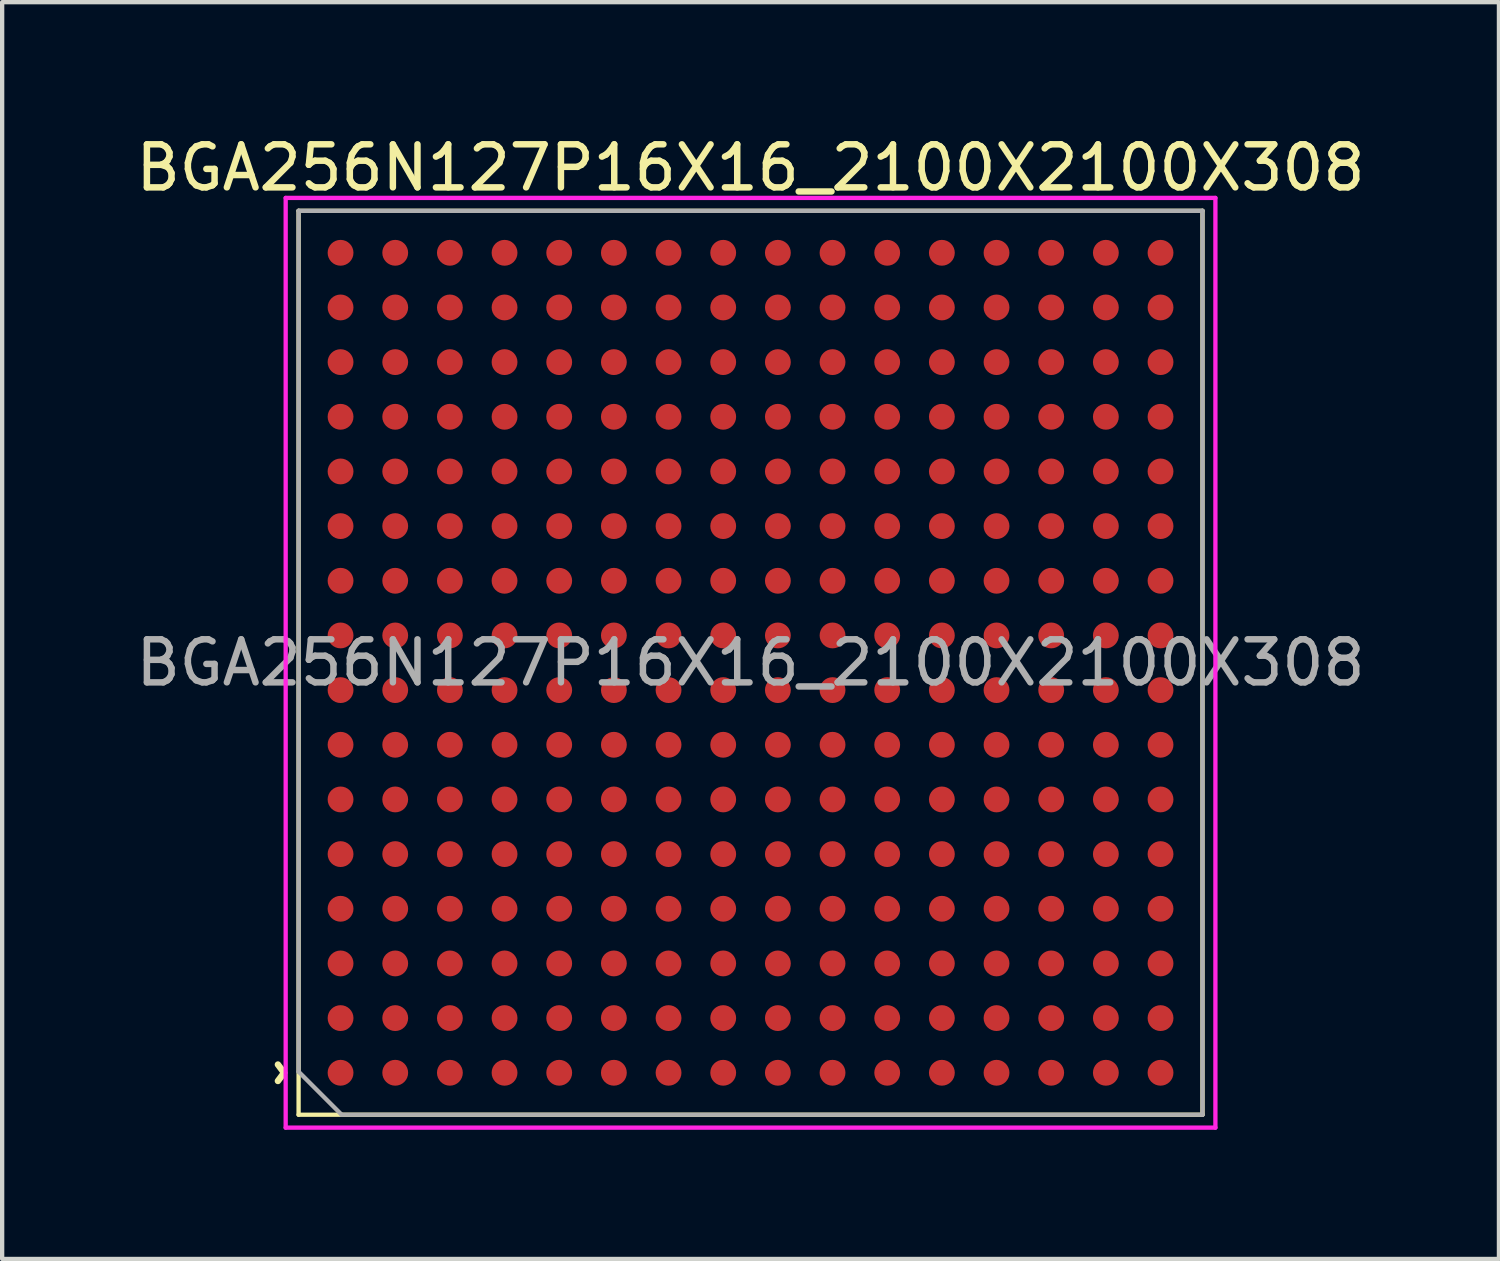
<source format=kicad_pcb>
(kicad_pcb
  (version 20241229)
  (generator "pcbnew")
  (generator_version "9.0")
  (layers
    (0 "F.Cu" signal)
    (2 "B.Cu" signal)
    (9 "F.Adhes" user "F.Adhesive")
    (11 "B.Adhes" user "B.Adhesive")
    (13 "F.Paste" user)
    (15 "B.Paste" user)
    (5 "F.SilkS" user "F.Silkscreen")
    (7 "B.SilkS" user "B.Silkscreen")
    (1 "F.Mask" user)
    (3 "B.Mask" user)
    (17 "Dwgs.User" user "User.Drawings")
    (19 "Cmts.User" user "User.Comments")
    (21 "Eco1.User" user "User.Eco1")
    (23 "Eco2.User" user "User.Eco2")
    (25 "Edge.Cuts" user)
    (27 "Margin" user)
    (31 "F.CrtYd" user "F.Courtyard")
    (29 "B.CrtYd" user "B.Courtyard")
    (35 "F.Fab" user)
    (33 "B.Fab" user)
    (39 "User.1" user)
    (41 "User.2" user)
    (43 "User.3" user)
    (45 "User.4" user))
  (footprint "BGA256N127P16X16_2100X2100X308"
    (layer "F.Cu")
    (at 14.387 12.348)
    (property "Reference" "BGA256N127P16X16_2100X2100X308" (at 0 -11.5 0) (layer "F.SilkS") (effects (font (size 1 1) (thickness 0.15))))
    (attr smd)
    (fp_line (start -10.5 -10.5) (end -10.5 10.5) (stroke (width 0.1) (type solid)) (layer "F.SilkS"))
    (fp_line (start -10.5 10.5) (end 10.5 10.5) (stroke (width 0.1) (type solid)) (layer "F.SilkS"))
    (fp_line (start 10.5 -10.5) (end -10.5 -10.5) (stroke (width 0.1) (type solid)) (layer "F.SilkS"))
    (fp_line (start 10.5 10.5) (end 10.5 -10.5) (stroke (width 0.1) (type solid)) (layer "F.SilkS"))
    (fp_line (start -10.8 -10.8) (end 10.8 -10.8) (stroke (width 0.1) (type solid)) (layer "F.CrtYd"))
    (fp_line (start -10.8 10.8) (end -10.8 -10.8) (stroke (width 0.1) (type solid)) (layer "F.CrtYd"))
    (fp_line (start 10.8 -10.8) (end 10.8 10.8) (stroke (width 0.1) (type solid)) (layer "F.CrtYd"))
    (fp_line (start 10.8 10.8) (end -10.8 10.8) (stroke (width 0.1) (type solid)) (layer "F.CrtYd"))
    (fp_line (start -10.5 -10.5) (end -10.5 9.5) (stroke (width 0.1) (type solid)) (layer "F.Fab"))
    (fp_line (start -10.5 9.5) (end -9.5 10.5) (stroke (width 0.1) (type solid)) (layer "F.Fab"))
    (fp_line (start -9.5 10.5) (end 10.5 10.5) (stroke (width 0.1) (type solid)) (layer "F.Fab"))
    (fp_line (start 10.5 -10.5) (end -10.5 -10.5) (stroke (width 0.1) (type solid)) (layer "F.Fab"))
    (fp_line (start 10.5 10.5) (end 10.5 -10.5) (stroke (width 0.1) (type solid)) (layer "F.Fab"))
    (fp_text user "^" (at -11.43 9.525 270) (unlocked yes) (layer "F.SilkS") (effects (font (size 1 1) (thickness 0.15))))
    (fp_text user "${REFERENCE}" (at 0 0 0) (unlocked yes) (layer "F.Fab") (effects (font (size 1 1) (thickness 0.15))))
    (pad "A1" smd circle (at -9.525 9.525) (size 0.6 0.6) (layers "F.Cu" "F.Mask" "F.Paste"))
    (pad "A2" smd circle (at -9.525 8.255) (size 0.6 0.6) (layers "F.Cu" "F.Mask" "F.Paste"))
    (pad "A3" smd circle (at -9.525 6.985) (size 0.6 0.6) (layers "F.Cu" "F.Mask" "F.Paste"))
    (pad "A4" smd circle (at -9.525 5.715) (size 0.6 0.6) (layers "F.Cu" "F.Mask" "F.Paste"))
    (pad "A5" smd circle (at -9.525 4.445) (size 0.6 0.6) (layers "F.Cu" "F.Mask" "F.Paste"))
    (pad "A6" smd circle (at -9.525 3.175) (size 0.6 0.6) (layers "F.Cu" "F.Mask" "F.Paste"))
    (pad "A7" smd circle (at -9.525 1.905) (size 0.6 0.6) (layers "F.Cu" "F.Mask" "F.Paste"))
    (pad "A8" smd circle (at -9.525 0.635) (size 0.6 0.6) (layers "F.Cu" "F.Mask" "F.Paste"))
    (pad "A9" smd circle (at -9.525 -0.635) (size 0.6 0.6) (layers "F.Cu" "F.Mask" "F.Paste"))
    (pad "A10" smd circle (at -9.525 -1.905) (size 0.6 0.6) (layers "F.Cu" "F.Mask" "F.Paste"))
    (pad "A11" smd circle (at -9.525 -3.175) (size 0.6 0.6) (layers "F.Cu" "F.Mask" "F.Paste"))
    (pad "A12" smd circle (at -9.525 -4.445) (size 0.6 0.6) (layers "F.Cu" "F.Mask" "F.Paste"))
    (pad "A13" smd circle (at -9.525 -5.715) (size 0.6 0.6) (layers "F.Cu" "F.Mask" "F.Paste"))
    (pad "A14" smd circle (at -9.525 -6.985) (size 0.6 0.6) (layers "F.Cu" "F.Mask" "F.Paste"))
    (pad "A15" smd circle (at -9.525 -8.255) (size 0.6 0.6) (layers "F.Cu" "F.Mask" "F.Paste"))
    (pad "A16" smd circle (at -9.525 -9.525) (size 0.6 0.6) (layers "F.Cu" "F.Mask" "F.Paste"))
    (pad "B1" smd circle (at -8.255 9.525) (size 0.6 0.6) (layers "F.Cu" "F.Mask" "F.Paste"))
    (pad "B2" smd circle (at -8.255 8.255) (size 0.6 0.6) (layers "F.Cu" "F.Mask" "F.Paste"))
    (pad "B3" smd circle (at -8.255 6.985) (size 0.6 0.6) (layers "F.Cu" "F.Mask" "F.Paste"))
    (pad "B4" smd circle (at -8.255 5.715) (size 0.6 0.6) (layers "F.Cu" "F.Mask" "F.Paste"))
    (pad "B5" smd circle (at -8.255 4.445) (size 0.6 0.6) (layers "F.Cu" "F.Mask" "F.Paste"))
    (pad "B6" smd circle (at -8.255 3.175) (size 0.6 0.6) (layers "F.Cu" "F.Mask" "F.Paste"))
    (pad "B7" smd circle (at -8.255 1.905) (size 0.6 0.6) (layers "F.Cu" "F.Mask" "F.Paste"))
    (pad "B8" smd circle (at -8.255 0.635) (size 0.6 0.6) (layers "F.Cu" "F.Mask" "F.Paste"))
    (pad "B9" smd circle (at -8.255 -0.635) (size 0.6 0.6) (layers "F.Cu" "F.Mask" "F.Paste"))
    (pad "B10" smd circle (at -8.255 -1.905) (size 0.6 0.6) (layers "F.Cu" "F.Mask" "F.Paste"))
    (pad "B11" smd circle (at -8.255 -3.175) (size 0.6 0.6) (layers "F.Cu" "F.Mask" "F.Paste"))
    (pad "B12" smd circle (at -8.255 -4.445) (size 0.6 0.6) (layers "F.Cu" "F.Mask" "F.Paste"))
    (pad "B13" smd circle (at -8.255 -5.715) (size 0.6 0.6) (layers "F.Cu" "F.Mask" "F.Paste"))
    (pad "B14" smd circle (at -8.255 -6.985) (size 0.6 0.6) (layers "F.Cu" "F.Mask" "F.Paste"))
    (pad "B15" smd circle (at -8.255 -8.255) (size 0.6 0.6) (layers "F.Cu" "F.Mask" "F.Paste"))
    (pad "B16" smd circle (at -8.255 -9.525) (size 0.6 0.6) (layers "F.Cu" "F.Mask" "F.Paste"))
    (pad "C1" smd circle (at -6.985 9.525) (size 0.6 0.6) (layers "F.Cu" "F.Mask" "F.Paste"))
    (pad "C2" smd circle (at -6.985 8.255) (size 0.6 0.6) (layers "F.Cu" "F.Mask" "F.Paste"))
    (pad "C3" smd circle (at -6.985 6.985) (size 0.6 0.6) (layers "F.Cu" "F.Mask" "F.Paste"))
    (pad "C4" smd circle (at -6.985 5.715) (size 0.6 0.6) (layers "F.Cu" "F.Mask" "F.Paste"))
    (pad "C5" smd circle (at -6.985 4.445) (size 0.6 0.6) (layers "F.Cu" "F.Mask" "F.Paste"))
    (pad "C6" smd circle (at -6.985 3.175) (size 0.6 0.6) (layers "F.Cu" "F.Mask" "F.Paste"))
    (pad "C7" smd circle (at -6.985 1.905) (size 0.6 0.6) (layers "F.Cu" "F.Mask" "F.Paste"))
    (pad "C8" smd circle (at -6.985 0.635) (size 0.6 0.6) (layers "F.Cu" "F.Mask" "F.Paste"))
    (pad "C9" smd circle (at -6.985 -0.635) (size 0.6 0.6) (layers "F.Cu" "F.Mask" "F.Paste"))
    (pad "C10" smd circle (at -6.985 -1.905) (size 0.6 0.6) (layers "F.Cu" "F.Mask" "F.Paste"))
    (pad "C11" smd circle (at -6.985 -3.175) (size 0.6 0.6) (layers "F.Cu" "F.Mask" "F.Paste"))
    (pad "C12" smd circle (at -6.985 -4.445) (size 0.6 0.6) (layers "F.Cu" "F.Mask" "F.Paste"))
    (pad "C13" smd circle (at -6.985 -5.715) (size 0.6 0.6) (layers "F.Cu" "F.Mask" "F.Paste"))
    (pad "C14" smd circle (at -6.985 -6.985) (size 0.6 0.6) (layers "F.Cu" "F.Mask" "F.Paste"))
    (pad "C15" smd circle (at -6.985 -8.255) (size 0.6 0.6) (layers "F.Cu" "F.Mask" "F.Paste"))
    (pad "C16" smd circle (at -6.985 -9.525) (size 0.6 0.6) (layers "F.Cu" "F.Mask" "F.Paste"))
    (pad "D1" smd circle (at -5.715 9.525) (size 0.6 0.6) (layers "F.Cu" "F.Mask" "F.Paste"))
    (pad "D2" smd circle (at -5.715 8.255) (size 0.6 0.6) (layers "F.Cu" "F.Mask" "F.Paste"))
    (pad "D3" smd circle (at -5.715 6.985) (size 0.6 0.6) (layers "F.Cu" "F.Mask" "F.Paste"))
    (pad "D4" smd circle (at -5.715 5.715) (size 0.6 0.6) (layers "F.Cu" "F.Mask" "F.Paste"))
    (pad "D5" smd circle (at -5.715 4.445) (size 0.6 0.6) (layers "F.Cu" "F.Mask" "F.Paste"))
    (pad "D6" smd circle (at -5.715 3.175) (size 0.6 0.6) (layers "F.Cu" "F.Mask" "F.Paste"))
    (pad "D7" smd circle (at -5.715 1.905) (size 0.6 0.6) (layers "F.Cu" "F.Mask" "F.Paste"))
    (pad "D8" smd circle (at -5.715 0.635) (size 0.6 0.6) (layers "F.Cu" "F.Mask" "F.Paste"))
    (pad "D9" smd circle (at -5.715 -0.635) (size 0.6 0.6) (layers "F.Cu" "F.Mask" "F.Paste"))
    (pad "D10" smd circle (at -5.715 -1.905) (size 0.6 0.6) (layers "F.Cu" "F.Mask" "F.Paste"))
    (pad "D11" smd circle (at -5.715 -3.175) (size 0.6 0.6) (layers "F.Cu" "F.Mask" "F.Paste"))
    (pad "D12" smd circle (at -5.715 -4.445) (size 0.6 0.6) (layers "F.Cu" "F.Mask" "F.Paste"))
    (pad "D13" smd circle (at -5.715 -5.715) (size 0.6 0.6) (layers "F.Cu" "F.Mask" "F.Paste"))
    (pad "D14" smd circle (at -5.715 -6.985) (size 0.6 0.6) (layers "F.Cu" "F.Mask" "F.Paste"))
    (pad "D15" smd circle (at -5.715 -8.255) (size 0.6 0.6) (layers "F.Cu" "F.Mask" "F.Paste"))
    (pad "D16" smd circle (at -5.715 -9.525) (size 0.6 0.6) (layers "F.Cu" "F.Mask" "F.Paste"))
    (pad "E1" smd circle (at -4.445 9.525) (size 0.6 0.6) (layers "F.Cu" "F.Mask" "F.Paste"))
    (pad "E2" smd circle (at -4.445 8.255) (size 0.6 0.6) (layers "F.Cu" "F.Mask" "F.Paste"))
    (pad "E3" smd circle (at -4.445 6.985) (size 0.6 0.6) (layers "F.Cu" "F.Mask" "F.Paste"))
    (pad "E4" smd circle (at -4.445 5.715) (size 0.6 0.6) (layers "F.Cu" "F.Mask" "F.Paste"))
    (pad "E5" smd circle (at -4.445 4.445) (size 0.6 0.6) (layers "F.Cu" "F.Mask" "F.Paste"))
    (pad "E6" smd circle (at -4.445 3.175) (size 0.6 0.6) (layers "F.Cu" "F.Mask" "F.Paste"))
    (pad "E7" smd circle (at -4.445 1.905) (size 0.6 0.6) (layers "F.Cu" "F.Mask" "F.Paste"))
    (pad "E8" smd circle (at -4.445 0.635) (size 0.6 0.6) (layers "F.Cu" "F.Mask" "F.Paste"))
    (pad "E9" smd circle (at -4.445 -0.635) (size 0.6 0.6) (layers "F.Cu" "F.Mask" "F.Paste"))
    (pad "E10" smd circle (at -4.445 -1.905) (size 0.6 0.6) (layers "F.Cu" "F.Mask" "F.Paste"))
    (pad "E11" smd circle (at -4.445 -3.175) (size 0.6 0.6) (layers "F.Cu" "F.Mask" "F.Paste"))
    (pad "E12" smd circle (at -4.445 -4.445) (size 0.6 0.6) (layers "F.Cu" "F.Mask" "F.Paste"))
    (pad "E13" smd circle (at -4.445 -5.715) (size 0.6 0.6) (layers "F.Cu" "F.Mask" "F.Paste"))
    (pad "E14" smd circle (at -4.445 -6.985) (size 0.6 0.6) (layers "F.Cu" "F.Mask" "F.Paste"))
    (pad "E15" smd circle (at -4.445 -8.255) (size 0.6 0.6) (layers "F.Cu" "F.Mask" "F.Paste"))
    (pad "E16" smd circle (at -4.445 -9.525) (size 0.6 0.6) (layers "F.Cu" "F.Mask" "F.Paste"))
    (pad "F1" smd circle (at -3.175 9.525) (size 0.6 0.6) (layers "F.Cu" "F.Mask" "F.Paste"))
    (pad "F2" smd circle (at -3.175 8.255) (size 0.6 0.6) (layers "F.Cu" "F.Mask" "F.Paste"))
    (pad "F3" smd circle (at -3.175 6.985) (size 0.6 0.6) (layers "F.Cu" "F.Mask" "F.Paste"))
    (pad "F4" smd circle (at -3.175 5.715) (size 0.6 0.6) (layers "F.Cu" "F.Mask" "F.Paste"))
    (pad "F5" smd circle (at -3.175 4.445) (size 0.6 0.6) (layers "F.Cu" "F.Mask" "F.Paste"))
    (pad "F6" smd circle (at -3.175 3.175) (size 0.6 0.6) (layers "F.Cu" "F.Mask" "F.Paste"))
    (pad "F7" smd circle (at -3.175 1.905) (size 0.6 0.6) (layers "F.Cu" "F.Mask" "F.Paste"))
    (pad "F8" smd circle (at -3.175 0.635) (size 0.6 0.6) (layers "F.Cu" "F.Mask" "F.Paste"))
    (pad "F9" smd circle (at -3.175 -0.635) (size 0.6 0.6) (layers "F.Cu" "F.Mask" "F.Paste"))
    (pad "F10" smd circle (at -3.175 -1.905) (size 0.6 0.6) (layers "F.Cu" "F.Mask" "F.Paste"))
    (pad "F11" smd circle (at -3.175 -3.175) (size 0.6 0.6) (layers "F.Cu" "F.Mask" "F.Paste"))
    (pad "F12" smd circle (at -3.175 -4.445) (size 0.6 0.6) (layers "F.Cu" "F.Mask" "F.Paste"))
    (pad "F13" smd circle (at -3.175 -5.715) (size 0.6 0.6) (layers "F.Cu" "F.Mask" "F.Paste"))
    (pad "F14" smd circle (at -3.175 -6.985) (size 0.6 0.6) (layers "F.Cu" "F.Mask" "F.Paste"))
    (pad "F15" smd circle (at -3.175 -8.255) (size 0.6 0.6) (layers "F.Cu" "F.Mask" "F.Paste"))
    (pad "F16" smd circle (at -3.175 -9.525) (size 0.6 0.6) (layers "F.Cu" "F.Mask" "F.Paste"))
    (pad "G1" smd circle (at -1.905 9.525) (size 0.6 0.6) (layers "F.Cu" "F.Mask" "F.Paste"))
    (pad "G2" smd circle (at -1.905 8.255) (size 0.6 0.6) (layers "F.Cu" "F.Mask" "F.Paste"))
    (pad "G3" smd circle (at -1.905 6.985) (size 0.6 0.6) (layers "F.Cu" "F.Mask" "F.Paste"))
    (pad "G4" smd circle (at -1.905 5.715) (size 0.6 0.6) (layers "F.Cu" "F.Mask" "F.Paste"))
    (pad "G5" smd circle (at -1.905 4.445) (size 0.6 0.6) (layers "F.Cu" "F.Mask" "F.Paste"))
    (pad "G6" smd circle (at -1.905 3.175) (size 0.6 0.6) (layers "F.Cu" "F.Mask" "F.Paste"))
    (pad "G7" smd circle (at -1.905 1.905) (size 0.6 0.6) (layers "F.Cu" "F.Mask" "F.Paste"))
    (pad "G8" smd circle (at -1.905 0.635) (size 0.6 0.6) (layers "F.Cu" "F.Mask" "F.Paste"))
    (pad "G9" smd circle (at -1.905 -0.635) (size 0.6 0.6) (layers "F.Cu" "F.Mask" "F.Paste"))
    (pad "G10" smd circle (at -1.905 -1.905) (size 0.6 0.6) (layers "F.Cu" "F.Mask" "F.Paste"))
    (pad "G11" smd circle (at -1.905 -3.175) (size 0.6 0.6) (layers "F.Cu" "F.Mask" "F.Paste"))
    (pad "G12" smd circle (at -1.905 -4.445) (size 0.6 0.6) (layers "F.Cu" "F.Mask" "F.Paste"))
    (pad "G13" smd circle (at -1.905 -5.715) (size 0.6 0.6) (layers "F.Cu" "F.Mask" "F.Paste"))
    (pad "G14" smd circle (at -1.905 -6.985) (size 0.6 0.6) (layers "F.Cu" "F.Mask" "F.Paste"))
    (pad "G15" smd circle (at -1.905 -8.255) (size 0.6 0.6) (layers "F.Cu" "F.Mask" "F.Paste"))
    (pad "G16" smd circle (at -1.905 -9.525) (size 0.6 0.6) (layers "F.Cu" "F.Mask" "F.Paste"))
    (pad "H1" smd circle (at -0.635 9.525) (size 0.6 0.6) (layers "F.Cu" "F.Mask" "F.Paste"))
    (pad "H2" smd circle (at -0.635 8.255) (size 0.6 0.6) (layers "F.Cu" "F.Mask" "F.Paste"))
    (pad "H3" smd circle (at -0.635 6.985) (size 0.6 0.6) (layers "F.Cu" "F.Mask" "F.Paste"))
    (pad "H4" smd circle (at -0.635 5.715) (size 0.6 0.6) (layers "F.Cu" "F.Mask" "F.Paste"))
    (pad "H5" smd circle (at -0.635 4.445) (size 0.6 0.6) (layers "F.Cu" "F.Mask" "F.Paste"))
    (pad "H6" smd circle (at -0.635 3.175) (size 0.6 0.6) (layers "F.Cu" "F.Mask" "F.Paste"))
    (pad "H7" smd circle (at -0.635 1.905) (size 0.6 0.6) (layers "F.Cu" "F.Mask" "F.Paste"))
    (pad "H8" smd circle (at -0.635 0.635) (size 0.6 0.6) (layers "F.Cu" "F.Mask" "F.Paste"))
    (pad "H9" smd circle (at -0.635 -0.635) (size 0.6 0.6) (layers "F.Cu" "F.Mask" "F.Paste"))
    (pad "H10" smd circle (at -0.635 -1.905) (size 0.6 0.6) (layers "F.Cu" "F.Mask" "F.Paste"))
    (pad "H11" smd circle (at -0.635 -3.175) (size 0.6 0.6) (layers "F.Cu" "F.Mask" "F.Paste"))
    (pad "H12" smd circle (at -0.635 -4.445) (size 0.6 0.6) (layers "F.Cu" "F.Mask" "F.Paste"))
    (pad "H13" smd circle (at -0.635 -5.715) (size 0.6 0.6) (layers "F.Cu" "F.Mask" "F.Paste"))
    (pad "H14" smd circle (at -0.635 -6.985) (size 0.6 0.6) (layers "F.Cu" "F.Mask" "F.Paste"))
    (pad "H15" smd circle (at -0.635 -8.255) (size 0.6 0.6) (layers "F.Cu" "F.Mask" "F.Paste"))
    (pad "H16" smd circle (at -0.635 -9.525) (size 0.6 0.6) (layers "F.Cu" "F.Mask" "F.Paste"))
    (pad "J1" smd circle (at 0.635 9.525) (size 0.6 0.6) (layers "F.Cu" "F.Mask" "F.Paste"))
    (pad "J2" smd circle (at 0.635 8.255) (size 0.6 0.6) (layers "F.Cu" "F.Mask" "F.Paste"))
    (pad "J3" smd circle (at 0.635 6.985) (size 0.6 0.6) (layers "F.Cu" "F.Mask" "F.Paste"))
    (pad "J4" smd circle (at 0.635 5.715) (size 0.6 0.6) (layers "F.Cu" "F.Mask" "F.Paste"))
    (pad "J5" smd circle (at 0.635 4.445) (size 0.6 0.6) (layers "F.Cu" "F.Mask" "F.Paste"))
    (pad "J6" smd circle (at 0.635 3.175) (size 0.6 0.6) (layers "F.Cu" "F.Mask" "F.Paste"))
    (pad "J7" smd circle (at 0.635 1.905) (size 0.6 0.6) (layers "F.Cu" "F.Mask" "F.Paste"))
    (pad "J8" smd circle (at 0.635 0.635) (size 0.6 0.6) (layers "F.Cu" "F.Mask" "F.Paste"))
    (pad "J9" smd circle (at 0.635 -0.635) (size 0.6 0.6) (layers "F.Cu" "F.Mask" "F.Paste"))
    (pad "J10" smd circle (at 0.635 -1.905) (size 0.6 0.6) (layers "F.Cu" "F.Mask" "F.Paste"))
    (pad "J11" smd circle (at 0.635 -3.175) (size 0.6 0.6) (layers "F.Cu" "F.Mask" "F.Paste"))
    (pad "J12" smd circle (at 0.635 -4.445) (size 0.6 0.6) (layers "F.Cu" "F.Mask" "F.Paste"))
    (pad "J13" smd circle (at 0.635 -5.715) (size 0.6 0.6) (layers "F.Cu" "F.Mask" "F.Paste"))
    (pad "J14" smd circle (at 0.635 -6.985) (size 0.6 0.6) (layers "F.Cu" "F.Mask" "F.Paste"))
    (pad "J15" smd circle (at 0.635 -8.255) (size 0.6 0.6) (layers "F.Cu" "F.Mask" "F.Paste"))
    (pad "J16" smd circle (at 0.635 -9.525) (size 0.6 0.6) (layers "F.Cu" "F.Mask" "F.Paste"))
    (pad "K1" smd circle (at 1.905 9.525) (size 0.6 0.6) (layers "F.Cu" "F.Mask" "F.Paste"))
    (pad "K2" smd circle (at 1.905 8.255) (size 0.6 0.6) (layers "F.Cu" "F.Mask" "F.Paste"))
    (pad "K3" smd circle (at 1.905 6.985) (size 0.6 0.6) (layers "F.Cu" "F.Mask" "F.Paste"))
    (pad "K4" smd circle (at 1.905 5.715) (size 0.6 0.6) (layers "F.Cu" "F.Mask" "F.Paste"))
    (pad "K5" smd circle (at 1.905 4.445) (size 0.6 0.6) (layers "F.Cu" "F.Mask" "F.Paste"))
    (pad "K6" smd circle (at 1.905 3.175) (size 0.6 0.6) (layers "F.Cu" "F.Mask" "F.Paste"))
    (pad "K7" smd circle (at 1.905 1.905) (size 0.6 0.6) (layers "F.Cu" "F.Mask" "F.Paste"))
    (pad "K8" smd circle (at 1.905 0.635) (size 0.6 0.6) (layers "F.Cu" "F.Mask" "F.Paste"))
    (pad "K9" smd circle (at 1.905 -0.635) (size 0.6 0.6) (layers "F.Cu" "F.Mask" "F.Paste"))
    (pad "K10" smd circle (at 1.905 -1.905) (size 0.6 0.6) (layers "F.Cu" "F.Mask" "F.Paste"))
    (pad "K11" smd circle (at 1.905 -3.175) (size 0.6 0.6) (layers "F.Cu" "F.Mask" "F.Paste"))
    (pad "K12" smd circle (at 1.905 -4.445) (size 0.6 0.6) (layers "F.Cu" "F.Mask" "F.Paste"))
    (pad "K13" smd circle (at 1.905 -5.715) (size 0.6 0.6) (layers "F.Cu" "F.Mask" "F.Paste"))
    (pad "K14" smd circle (at 1.905 -6.985) (size 0.6 0.6) (layers "F.Cu" "F.Mask" "F.Paste"))
    (pad "K15" smd circle (at 1.905 -8.255) (size 0.6 0.6) (layers "F.Cu" "F.Mask" "F.Paste"))
    (pad "K16" smd circle (at 1.905 -9.525) (size 0.6 0.6) (layers "F.Cu" "F.Mask" "F.Paste"))
    (pad "L1" smd circle (at 3.175 9.525) (size 0.6 0.6) (layers "F.Cu" "F.Mask" "F.Paste"))
    (pad "L2" smd circle (at 3.175 8.255) (size 0.6 0.6) (layers "F.Cu" "F.Mask" "F.Paste"))
    (pad "L3" smd circle (at 3.175 6.985) (size 0.6 0.6) (layers "F.Cu" "F.Mask" "F.Paste"))
    (pad "L4" smd circle (at 3.175 5.715) (size 0.6 0.6) (layers "F.Cu" "F.Mask" "F.Paste"))
    (pad "L5" smd circle (at 3.175 4.445) (size 0.6 0.6) (layers "F.Cu" "F.Mask" "F.Paste"))
    (pad "L6" smd circle (at 3.175 3.175) (size 0.6 0.6) (layers "F.Cu" "F.Mask" "F.Paste"))
    (pad "L7" smd circle (at 3.175 1.905) (size 0.6 0.6) (layers "F.Cu" "F.Mask" "F.Paste"))
    (pad "L8" smd circle (at 3.175 0.635) (size 0.6 0.6) (layers "F.Cu" "F.Mask" "F.Paste"))
    (pad "L9" smd circle (at 3.175 -0.635) (size 0.6 0.6) (layers "F.Cu" "F.Mask" "F.Paste"))
    (pad "L10" smd circle (at 3.175 -1.905) (size 0.6 0.6) (layers "F.Cu" "F.Mask" "F.Paste"))
    (pad "L11" smd circle (at 3.175 -3.175) (size 0.6 0.6) (layers "F.Cu" "F.Mask" "F.Paste"))
    (pad "L12" smd circle (at 3.175 -4.445) (size 0.6 0.6) (layers "F.Cu" "F.Mask" "F.Paste"))
    (pad "L13" smd circle (at 3.175 -5.715) (size 0.6 0.6) (layers "F.Cu" "F.Mask" "F.Paste"))
    (pad "L14" smd circle (at 3.175 -6.985) (size 0.6 0.6) (layers "F.Cu" "F.Mask" "F.Paste"))
    (pad "L15" smd circle (at 3.175 -8.255) (size 0.6 0.6) (layers "F.Cu" "F.Mask" "F.Paste"))
    (pad "L16" smd circle (at 3.175 -9.525) (size 0.6 0.6) (layers "F.Cu" "F.Mask" "F.Paste"))
    (pad "M1" smd circle (at 4.445 9.525) (size 0.6 0.6) (layers "F.Cu" "F.Mask" "F.Paste"))
    (pad "M2" smd circle (at 4.445 8.255) (size 0.6 0.6) (layers "F.Cu" "F.Mask" "F.Paste"))
    (pad "M3" smd circle (at 4.445 6.985) (size 0.6 0.6) (layers "F.Cu" "F.Mask" "F.Paste"))
    (pad "M4" smd circle (at 4.445 5.715) (size 0.6 0.6) (layers "F.Cu" "F.Mask" "F.Paste"))
    (pad "M5" smd circle (at 4.445 4.445) (size 0.6 0.6) (layers "F.Cu" "F.Mask" "F.Paste"))
    (pad "M6" smd circle (at 4.445 3.175) (size 0.6 0.6) (layers "F.Cu" "F.Mask" "F.Paste"))
    (pad "M7" smd circle (at 4.445 1.905) (size 0.6 0.6) (layers "F.Cu" "F.Mask" "F.Paste"))
    (pad "M8" smd circle (at 4.445 0.635) (size 0.6 0.6) (layers "F.Cu" "F.Mask" "F.Paste"))
    (pad "M9" smd circle (at 4.445 -0.635) (size 0.6 0.6) (layers "F.Cu" "F.Mask" "F.Paste"))
    (pad "M10" smd circle (at 4.445 -1.905) (size 0.6 0.6) (layers "F.Cu" "F.Mask" "F.Paste"))
    (pad "M11" smd circle (at 4.445 -3.175) (size 0.6 0.6) (layers "F.Cu" "F.Mask" "F.Paste"))
    (pad "M12" smd circle (at 4.445 -4.445) (size 0.6 0.6) (layers "F.Cu" "F.Mask" "F.Paste"))
    (pad "M13" smd circle (at 4.445 -5.715) (size 0.6 0.6) (layers "F.Cu" "F.Mask" "F.Paste"))
    (pad "M14" smd circle (at 4.445 -6.985) (size 0.6 0.6) (layers "F.Cu" "F.Mask" "F.Paste"))
    (pad "M15" smd circle (at 4.445 -8.255) (size 0.6 0.6) (layers "F.Cu" "F.Mask" "F.Paste"))
    (pad "M16" smd circle (at 4.445 -9.525) (size 0.6 0.6) (layers "F.Cu" "F.Mask" "F.Paste"))
    (pad "N1" smd circle (at 5.715 9.525) (size 0.6 0.6) (layers "F.Cu" "F.Mask" "F.Paste"))
    (pad "N2" smd circle (at 5.715 8.255) (size 0.6 0.6) (layers "F.Cu" "F.Mask" "F.Paste"))
    (pad "N3" smd circle (at 5.715 6.985) (size 0.6 0.6) (layers "F.Cu" "F.Mask" "F.Paste"))
    (pad "N4" smd circle (at 5.715 5.715) (size 0.6 0.6) (layers "F.Cu" "F.Mask" "F.Paste"))
    (pad "N5" smd circle (at 5.715 4.445) (size 0.6 0.6) (layers "F.Cu" "F.Mask" "F.Paste"))
    (pad "N6" smd circle (at 5.715 3.175) (size 0.6 0.6) (layers "F.Cu" "F.Mask" "F.Paste"))
    (pad "N7" smd circle (at 5.715 1.905) (size 0.6 0.6) (layers "F.Cu" "F.Mask" "F.Paste"))
    (pad "N8" smd circle (at 5.715 0.635) (size 0.6 0.6) (layers "F.Cu" "F.Mask" "F.Paste"))
    (pad "N9" smd circle (at 5.715 -0.635) (size 0.6 0.6) (layers "F.Cu" "F.Mask" "F.Paste"))
    (pad "N10" smd circle (at 5.715 -1.905) (size 0.6 0.6) (layers "F.Cu" "F.Mask" "F.Paste"))
    (pad "N11" smd circle (at 5.715 -3.175) (size 0.6 0.6) (layers "F.Cu" "F.Mask" "F.Paste"))
    (pad "N12" smd circle (at 5.715 -4.445) (size 0.6 0.6) (layers "F.Cu" "F.Mask" "F.Paste"))
    (pad "N13" smd circle (at 5.715 -5.715) (size 0.6 0.6) (layers "F.Cu" "F.Mask" "F.Paste"))
    (pad "N14" smd circle (at 5.715 -6.985) (size 0.6 0.6) (layers "F.Cu" "F.Mask" "F.Paste"))
    (pad "N15" smd circle (at 5.715 -8.255) (size 0.6 0.6) (layers "F.Cu" "F.Mask" "F.Paste"))
    (pad "N16" smd circle (at 5.715 -9.525) (size 0.6 0.6) (layers "F.Cu" "F.Mask" "F.Paste"))
    (pad "P1" smd circle (at 6.985 9.525) (size 0.6 0.6) (layers "F.Cu" "F.Mask" "F.Paste"))
    (pad "P2" smd circle (at 6.985 8.255) (size 0.6 0.6) (layers "F.Cu" "F.Mask" "F.Paste"))
    (pad "P3" smd circle (at 6.985 6.985) (size 0.6 0.6) (layers "F.Cu" "F.Mask" "F.Paste"))
    (pad "P4" smd circle (at 6.985 5.715) (size 0.6 0.6) (layers "F.Cu" "F.Mask" "F.Paste"))
    (pad "P5" smd circle (at 6.985 4.445) (size 0.6 0.6) (layers "F.Cu" "F.Mask" "F.Paste"))
    (pad "P6" smd circle (at 6.985 3.175) (size 0.6 0.6) (layers "F.Cu" "F.Mask" "F.Paste"))
    (pad "P7" smd circle (at 6.985 1.905) (size 0.6 0.6) (layers "F.Cu" "F.Mask" "F.Paste"))
    (pad "P8" smd circle (at 6.985 0.635) (size 0.6 0.6) (layers "F.Cu" "F.Mask" "F.Paste"))
    (pad "P9" smd circle (at 6.985 -0.635) (size 0.6 0.6) (layers "F.Cu" "F.Mask" "F.Paste"))
    (pad "P10" smd circle (at 6.985 -1.905) (size 0.6 0.6) (layers "F.Cu" "F.Mask" "F.Paste"))
    (pad "P11" smd circle (at 6.985 -3.175) (size 0.6 0.6) (layers "F.Cu" "F.Mask" "F.Paste"))
    (pad "P12" smd circle (at 6.985 -4.445) (size 0.6 0.6) (layers "F.Cu" "F.Mask" "F.Paste"))
    (pad "P13" smd circle (at 6.985 -5.715) (size 0.6 0.6) (layers "F.Cu" "F.Mask" "F.Paste"))
    (pad "P14" smd circle (at 6.985 -6.985) (size 0.6 0.6) (layers "F.Cu" "F.Mask" "F.Paste"))
    (pad "P15" smd circle (at 6.985 -8.255) (size 0.6 0.6) (layers "F.Cu" "F.Mask" "F.Paste"))
    (pad "P16" smd circle (at 6.985 -9.525) (size 0.6 0.6) (layers "F.Cu" "F.Mask" "F.Paste"))
    (pad "R1" smd circle (at 8.255 9.525) (size 0.6 0.6) (layers "F.Cu" "F.Mask" "F.Paste"))
    (pad "R2" smd circle (at 8.255 8.255) (size 0.6 0.6) (layers "F.Cu" "F.Mask" "F.Paste"))
    (pad "R3" smd circle (at 8.255 6.985) (size 0.6 0.6) (layers "F.Cu" "F.Mask" "F.Paste"))
    (pad "R4" smd circle (at 8.255 5.715) (size 0.6 0.6) (layers "F.Cu" "F.Mask" "F.Paste"))
    (pad "R5" smd circle (at 8.255 4.445) (size 0.6 0.6) (layers "F.Cu" "F.Mask" "F.Paste"))
    (pad "R6" smd circle (at 8.255 3.175) (size 0.6 0.6) (layers "F.Cu" "F.Mask" "F.Paste"))
    (pad "R7" smd circle (at 8.255 1.905) (size 0.6 0.6) (layers "F.Cu" "F.Mask" "F.Paste"))
    (pad "R8" smd circle (at 8.255 0.635) (size 0.6 0.6) (layers "F.Cu" "F.Mask" "F.Paste"))
    (pad "R9" smd circle (at 8.255 -0.635) (size 0.6 0.6) (layers "F.Cu" "F.Mask" "F.Paste"))
    (pad "R10" smd circle (at 8.255 -1.905) (size 0.6 0.6) (layers "F.Cu" "F.Mask" "F.Paste"))
    (pad "R11" smd circle (at 8.255 -3.175) (size 0.6 0.6) (layers "F.Cu" "F.Mask" "F.Paste"))
    (pad "R12" smd circle (at 8.255 -4.445) (size 0.6 0.6) (layers "F.Cu" "F.Mask" "F.Paste"))
    (pad "R13" smd circle (at 8.255 -5.715) (size 0.6 0.6) (layers "F.Cu" "F.Mask" "F.Paste"))
    (pad "R14" smd circle (at 8.255 -6.985) (size 0.6 0.6) (layers "F.Cu" "F.Mask" "F.Paste"))
    (pad "R15" smd circle (at 8.255 -8.255) (size 0.6 0.6) (layers "F.Cu" "F.Mask" "F.Paste"))
    (pad "R16" smd circle (at 8.255 -9.525) (size 0.6 0.6) (layers "F.Cu" "F.Mask" "F.Paste"))
    (pad "T1" smd circle (at 9.525 9.525) (size 0.6 0.6) (layers "F.Cu" "F.Mask" "F.Paste"))
    (pad "T2" smd circle (at 9.525 8.255) (size 0.6 0.6) (layers "F.Cu" "F.Mask" "F.Paste"))
    (pad "T3" smd circle (at 9.525 6.985) (size 0.6 0.6) (layers "F.Cu" "F.Mask" "F.Paste"))
    (pad "T4" smd circle (at 9.525 5.715) (size 0.6 0.6) (layers "F.Cu" "F.Mask" "F.Paste"))
    (pad "T5" smd circle (at 9.525 4.445) (size 0.6 0.6) (layers "F.Cu" "F.Mask" "F.Paste"))
    (pad "T6" smd circle (at 9.525 3.175) (size 0.6 0.6) (layers "F.Cu" "F.Mask" "F.Paste"))
    (pad "T7" smd circle (at 9.525 1.905) (size 0.6 0.6) (layers "F.Cu" "F.Mask" "F.Paste"))
    (pad "T8" smd circle (at 9.525 0.635) (size 0.6 0.6) (layers "F.Cu" "F.Mask" "F.Paste"))
    (pad "T9" smd circle (at 9.525 -0.635) (size 0.6 0.6) (layers "F.Cu" "F.Mask" "F.Paste"))
    (pad "T10" smd circle (at 9.525 -1.905) (size 0.6 0.6) (layers "F.Cu" "F.Mask" "F.Paste"))
    (pad "T11" smd circle (at 9.525 -3.175) (size 0.6 0.6) (layers "F.Cu" "F.Mask" "F.Paste"))
    (pad "T12" smd circle (at 9.525 -4.445) (size 0.6 0.6) (layers "F.Cu" "F.Mask" "F.Paste"))
    (pad "T13" smd circle (at 9.525 -5.715) (size 0.6 0.6) (layers "F.Cu" "F.Mask" "F.Paste"))
    (pad "T14" smd circle (at 9.525 -6.985) (size 0.6 0.6) (layers "F.Cu" "F.Mask" "F.Paste"))
    (pad "T15" smd circle (at 9.525 -8.255) (size 0.6 0.6) (layers "F.Cu" "F.Mask" "F.Paste"))
    (pad "T16" smd circle (at 9.525 -9.525) (size 0.6 0.6) (layers "F.Cu" "F.Mask" "F.Paste")))
  (gr_rect
    (start -3 -3)
    (end 31.774 26.198)
    (stroke (width 0.1) (type default))
    (fill no)
    (layer "Edge.Cuts")))
</source>
